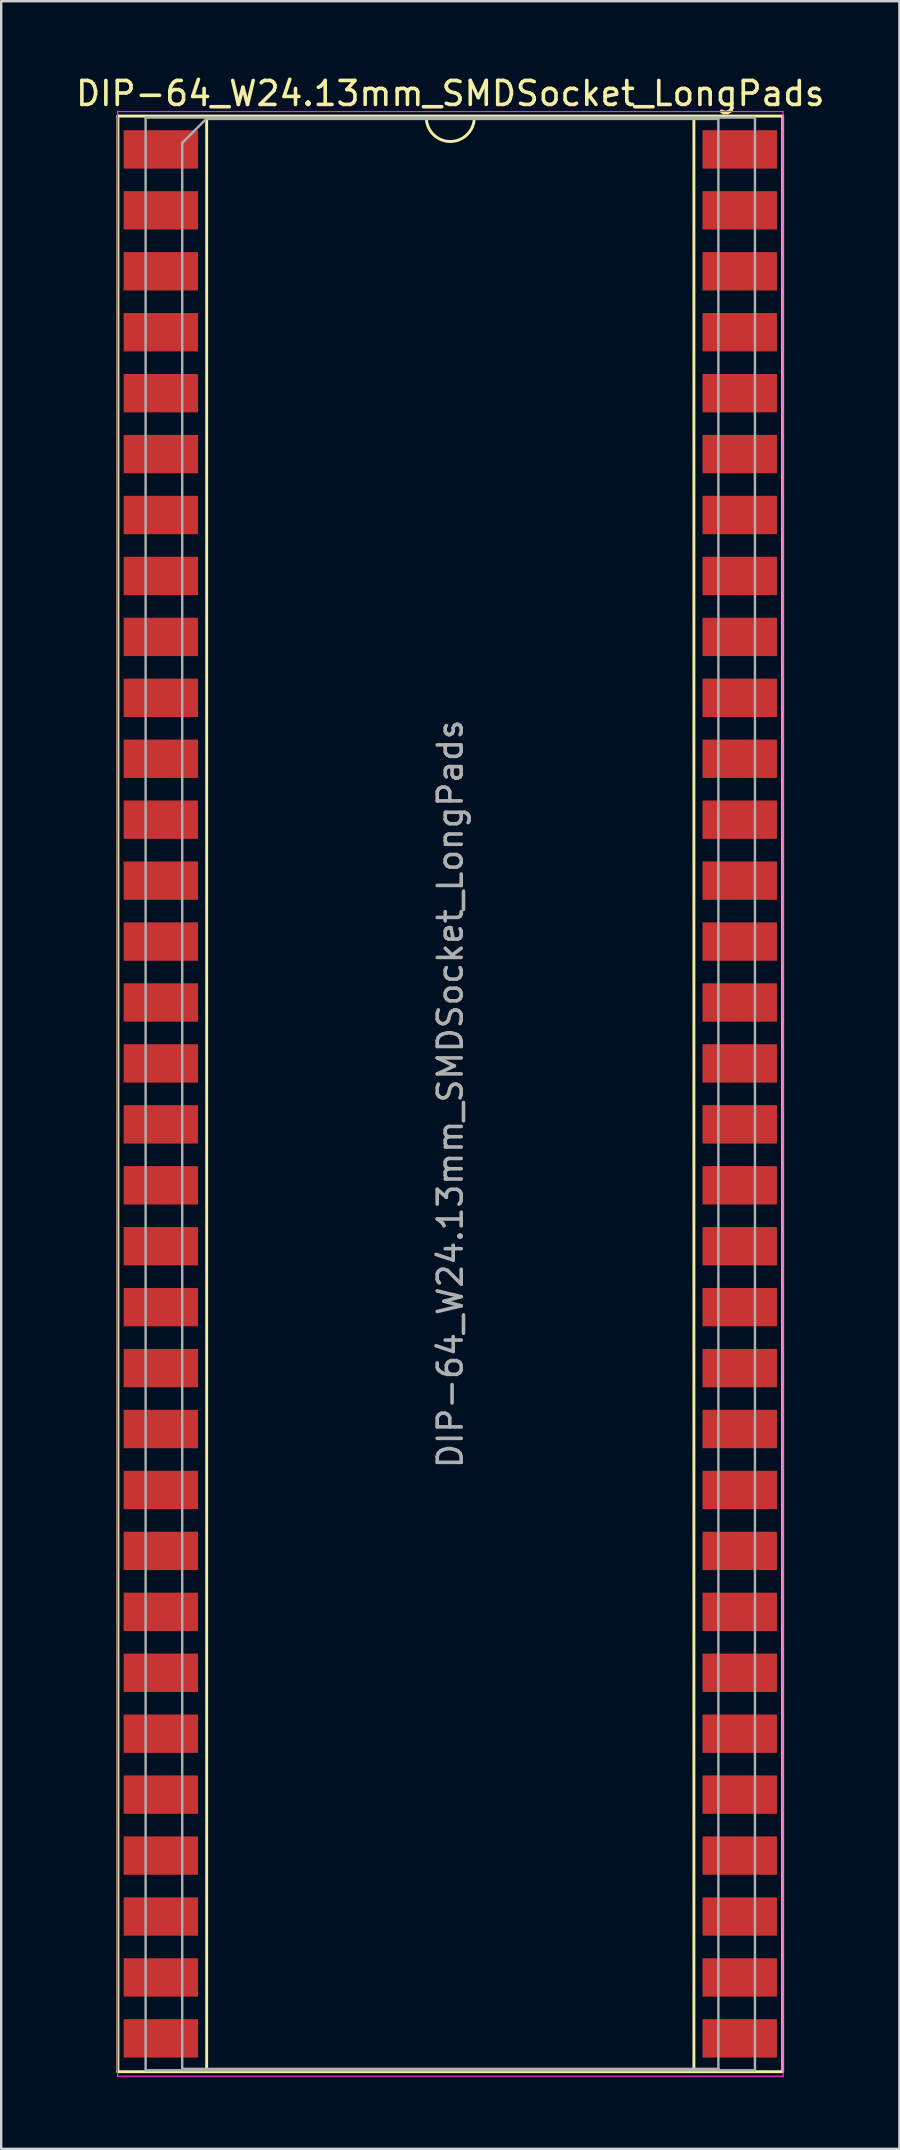
<source format=kicad_pcb>
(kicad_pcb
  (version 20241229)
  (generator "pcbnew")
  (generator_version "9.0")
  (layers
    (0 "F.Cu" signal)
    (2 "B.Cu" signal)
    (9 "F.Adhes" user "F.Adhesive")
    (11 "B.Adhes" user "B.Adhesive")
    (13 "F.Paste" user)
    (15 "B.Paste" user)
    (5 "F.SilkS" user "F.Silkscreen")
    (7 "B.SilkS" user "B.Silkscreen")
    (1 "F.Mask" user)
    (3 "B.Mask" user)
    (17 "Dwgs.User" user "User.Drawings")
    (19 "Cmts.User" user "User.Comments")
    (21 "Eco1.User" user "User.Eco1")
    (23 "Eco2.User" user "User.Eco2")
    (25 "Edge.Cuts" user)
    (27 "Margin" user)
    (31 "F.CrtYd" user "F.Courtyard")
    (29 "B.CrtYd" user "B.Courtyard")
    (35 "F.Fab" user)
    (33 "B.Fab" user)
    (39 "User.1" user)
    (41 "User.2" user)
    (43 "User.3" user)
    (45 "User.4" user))
  (footprint "DIP-64_W24.13mm_SMDSocket_LongPads"
    (layer "F.Cu")
    (at 15.72 42.548)
    (property "Reference" "DIP-64_W24.13mm_SMDSocket_LongPads" (at 0 -41.7 0) (layer "F.SilkS") (effects (font (size 1 1) (thickness 0.15))))
    (attr smd)
    (fp_line (start -13.855 -40.76) (end -13.855 40.76) (stroke (width 0.12) (type solid)) (layer "F.SilkS"))
    (fp_line (start -13.855 40.76) (end 13.855 40.76) (stroke (width 0.12) (type solid)) (layer "F.SilkS"))
    (fp_line (start -10.155 -40.7) (end -10.155 40.7) (stroke (width 0.12) (type solid)) (layer "F.SilkS"))
    (fp_line (start -10.155 40.7) (end 10.155 40.7) (stroke (width 0.12) (type solid)) (layer "F.SilkS"))
    (fp_line (start -1 -40.7) (end -10.155 -40.7) (stroke (width 0.12) (type solid)) (layer "F.SilkS"))
    (fp_line (start 10.155 -40.7) (end 1 -40.7) (stroke (width 0.12) (type solid)) (layer "F.SilkS"))
    (fp_line (start 10.155 40.7) (end 10.155 -40.7) (stroke (width 0.12) (type solid)) (layer "F.SilkS"))
    (fp_line (start 13.855 -40.76) (end -13.855 -40.76) (stroke (width 0.12) (type solid)) (layer "F.SilkS"))
    (fp_line (start 13.855 40.76) (end 13.855 -40.76) (stroke (width 0.12) (type solid)) (layer "F.SilkS"))
    (fp_arc (start 1 -40.7) (mid 0 -39.7) (end -1 -40.7) (stroke (width 0.12) (type solid)) (layer "F.SilkS"))
    (fp_line (start -13.87 -40.95) (end -13.87 40.95) (stroke (width 0.05) (type solid)) (layer "F.CrtYd"))
    (fp_line (start -13.87 40.95) (end 13.87 40.95) (stroke (width 0.05) (type solid)) (layer "F.CrtYd"))
    (fp_line (start 13.87 -40.95) (end -13.87 -40.95) (stroke (width 0.05) (type solid)) (layer "F.CrtYd"))
    (fp_line (start 13.87 40.95) (end 13.87 -40.95) (stroke (width 0.05) (type solid)) (layer "F.CrtYd"))
    (fp_line (start -12.7 -40.7) (end -12.7 40.7) (stroke (width 0.1) (type solid)) (layer "F.Fab"))
    (fp_line (start -12.7 40.7) (end 12.7 40.7) (stroke (width 0.1) (type solid)) (layer "F.Fab"))
    (fp_line (start -11.175 -39.64) (end -10.175 -40.64) (stroke (width 0.1) (type solid)) (layer "F.Fab"))
    (fp_line (start -11.175 40.64) (end -11.175 -39.64) (stroke (width 0.1) (type solid)) (layer "F.Fab"))
    (fp_line (start -10.175 -40.64) (end 11.175 -40.64) (stroke (width 0.1) (type solid)) (layer "F.Fab"))
    (fp_line (start 11.175 -40.64) (end 11.175 40.64) (stroke (width 0.1) (type solid)) (layer "F.Fab"))
    (fp_line (start 11.175 40.64) (end -11.175 40.64) (stroke (width 0.1) (type solid)) (layer "F.Fab"))
    (fp_line (start 12.7 -40.7) (end -12.7 -40.7) (stroke (width 0.1) (type solid)) (layer "F.Fab"))
    (fp_line (start 12.7 40.7) (end 12.7 -40.7) (stroke (width 0.1) (type solid)) (layer "F.Fab"))
    (fp_text user "${REFERENCE}" (at 0 0 90) (layer "F.Fab") (effects (font (size 1 1) (thickness 0.15))))
    (pad "1" smd rect (at -12.065 -39.37) (size 3.1 1.6) (layers "F.Cu" "F.Mask" "F.Paste"))
    (pad "2" smd rect (at -12.065 -36.83) (size 3.1 1.6) (layers "F.Cu" "F.Mask" "F.Paste"))
    (pad "3" smd rect (at -12.065 -34.29) (size 3.1 1.6) (layers "F.Cu" "F.Mask" "F.Paste"))
    (pad "4" smd rect (at -12.065 -31.75) (size 3.1 1.6) (layers "F.Cu" "F.Mask" "F.Paste"))
    (pad "5" smd rect (at -12.065 -29.21) (size 3.1 1.6) (layers "F.Cu" "F.Mask" "F.Paste"))
    (pad "6" smd rect (at -12.065 -26.67) (size 3.1 1.6) (layers "F.Cu" "F.Mask" "F.Paste"))
    (pad "7" smd rect (at -12.065 -24.13) (size 3.1 1.6) (layers "F.Cu" "F.Mask" "F.Paste"))
    (pad "8" smd rect (at -12.065 -21.59) (size 3.1 1.6) (layers "F.Cu" "F.Mask" "F.Paste"))
    (pad "9" smd rect (at -12.065 -19.05) (size 3.1 1.6) (layers "F.Cu" "F.Mask" "F.Paste"))
    (pad "10" smd rect (at -12.065 -16.51) (size 3.1 1.6) (layers "F.Cu" "F.Mask" "F.Paste"))
    (pad "11" smd rect (at -12.065 -13.97) (size 3.1 1.6) (layers "F.Cu" "F.Mask" "F.Paste"))
    (pad "12" smd rect (at -12.065 -11.43) (size 3.1 1.6) (layers "F.Cu" "F.Mask" "F.Paste"))
    (pad "13" smd rect (at -12.065 -8.89) (size 3.1 1.6) (layers "F.Cu" "F.Mask" "F.Paste"))
    (pad "14" smd rect (at -12.065 -6.35) (size 3.1 1.6) (layers "F.Cu" "F.Mask" "F.Paste"))
    (pad "15" smd rect (at -12.065 -3.81) (size 3.1 1.6) (layers "F.Cu" "F.Mask" "F.Paste"))
    (pad "16" smd rect (at -12.065 -1.27) (size 3.1 1.6) (layers "F.Cu" "F.Mask" "F.Paste"))
    (pad "17" smd rect (at -12.065 1.27) (size 3.1 1.6) (layers "F.Cu" "F.Mask" "F.Paste"))
    (pad "18" smd rect (at -12.065 3.81) (size 3.1 1.6) (layers "F.Cu" "F.Mask" "F.Paste"))
    (pad "19" smd rect (at -12.065 6.35) (size 3.1 1.6) (layers "F.Cu" "F.Mask" "F.Paste"))
    (pad "20" smd rect (at -12.065 8.89) (size 3.1 1.6) (layers "F.Cu" "F.Mask" "F.Paste"))
    (pad "21" smd rect (at -12.065 11.43) (size 3.1 1.6) (layers "F.Cu" "F.Mask" "F.Paste"))
    (pad "22" smd rect (at -12.065 13.97) (size 3.1 1.6) (layers "F.Cu" "F.Mask" "F.Paste"))
    (pad "23" smd rect (at -12.065 16.51) (size 3.1 1.6) (layers "F.Cu" "F.Mask" "F.Paste"))
    (pad "24" smd rect (at -12.065 19.05) (size 3.1 1.6) (layers "F.Cu" "F.Mask" "F.Paste"))
    (pad "25" smd rect (at -12.065 21.59) (size 3.1 1.6) (layers "F.Cu" "F.Mask" "F.Paste"))
    (pad "26" smd rect (at -12.065 24.13) (size 3.1 1.6) (layers "F.Cu" "F.Mask" "F.Paste"))
    (pad "27" smd rect (at -12.065 26.67) (size 3.1 1.6) (layers "F.Cu" "F.Mask" "F.Paste"))
    (pad "28" smd rect (at -12.065 29.21) (size 3.1 1.6) (layers "F.Cu" "F.Mask" "F.Paste"))
    (pad "29" smd rect (at -12.065 31.75) (size 3.1 1.6) (layers "F.Cu" "F.Mask" "F.Paste"))
    (pad "30" smd rect (at -12.065 34.29) (size 3.1 1.6) (layers "F.Cu" "F.Mask" "F.Paste"))
    (pad "31" smd rect (at -12.065 36.83) (size 3.1 1.6) (layers "F.Cu" "F.Mask" "F.Paste"))
    (pad "32" smd rect (at -12.065 39.37) (size 3.1 1.6) (layers "F.Cu" "F.Mask" "F.Paste"))
    (pad "33" smd rect (at 12.065 39.37) (size 3.1 1.6) (layers "F.Cu" "F.Mask" "F.Paste"))
    (pad "34" smd rect (at 12.065 36.83) (size 3.1 1.6) (layers "F.Cu" "F.Mask" "F.Paste"))
    (pad "35" smd rect (at 12.065 34.29) (size 3.1 1.6) (layers "F.Cu" "F.Mask" "F.Paste"))
    (pad "36" smd rect (at 12.065 31.75) (size 3.1 1.6) (layers "F.Cu" "F.Mask" "F.Paste"))
    (pad "37" smd rect (at 12.065 29.21) (size 3.1 1.6) (layers "F.Cu" "F.Mask" "F.Paste"))
    (pad "38" smd rect (at 12.065 26.67) (size 3.1 1.6) (layers "F.Cu" "F.Mask" "F.Paste"))
    (pad "39" smd rect (at 12.065 24.13) (size 3.1 1.6) (layers "F.Cu" "F.Mask" "F.Paste"))
    (pad "40" smd rect (at 12.065 21.59) (size 3.1 1.6) (layers "F.Cu" "F.Mask" "F.Paste"))
    (pad "41" smd rect (at 12.065 19.05) (size 3.1 1.6) (layers "F.Cu" "F.Mask" "F.Paste"))
    (pad "42" smd rect (at 12.065 16.51) (size 3.1 1.6) (layers "F.Cu" "F.Mask" "F.Paste"))
    (pad "43" smd rect (at 12.065 13.97) (size 3.1 1.6) (layers "F.Cu" "F.Mask" "F.Paste"))
    (pad "44" smd rect (at 12.065 11.43) (size 3.1 1.6) (layers "F.Cu" "F.Mask" "F.Paste"))
    (pad "45" smd rect (at 12.065 8.89) (size 3.1 1.6) (layers "F.Cu" "F.Mask" "F.Paste"))
    (pad "46" smd rect (at 12.065 6.35) (size 3.1 1.6) (layers "F.Cu" "F.Mask" "F.Paste"))
    (pad "47" smd rect (at 12.065 3.81) (size 3.1 1.6) (layers "F.Cu" "F.Mask" "F.Paste"))
    (pad "48" smd rect (at 12.065 1.27) (size 3.1 1.6) (layers "F.Cu" "F.Mask" "F.Paste"))
    (pad "49" smd rect (at 12.065 -1.27) (size 3.1 1.6) (layers "F.Cu" "F.Mask" "F.Paste"))
    (pad "50" smd rect (at 12.065 -3.81) (size 3.1 1.6) (layers "F.Cu" "F.Mask" "F.Paste"))
    (pad "51" smd rect (at 12.065 -6.35) (size 3.1 1.6) (layers "F.Cu" "F.Mask" "F.Paste"))
    (pad "52" smd rect (at 12.065 -8.89) (size 3.1 1.6) (layers "F.Cu" "F.Mask" "F.Paste"))
    (pad "53" smd rect (at 12.065 -11.43) (size 3.1 1.6) (layers "F.Cu" "F.Mask" "F.Paste"))
    (pad "54" smd rect (at 12.065 -13.97) (size 3.1 1.6) (layers "F.Cu" "F.Mask" "F.Paste"))
    (pad "55" smd rect (at 12.065 -16.51) (size 3.1 1.6) (layers "F.Cu" "F.Mask" "F.Paste"))
    (pad "56" smd rect (at 12.065 -19.05) (size 3.1 1.6) (layers "F.Cu" "F.Mask" "F.Paste"))
    (pad "57" smd rect (at 12.065 -21.59) (size 3.1 1.6) (layers "F.Cu" "F.Mask" "F.Paste"))
    (pad "58" smd rect (at 12.065 -24.13) (size 3.1 1.6) (layers "F.Cu" "F.Mask" "F.Paste"))
    (pad "59" smd rect (at 12.065 -26.67) (size 3.1 1.6) (layers "F.Cu" "F.Mask" "F.Paste"))
    (pad "60" smd rect (at 12.065 -29.21) (size 3.1 1.6) (layers "F.Cu" "F.Mask" "F.Paste"))
    (pad "61" smd rect (at 12.065 -31.75) (size 3.1 1.6) (layers "F.Cu" "F.Mask" "F.Paste"))
    (pad "62" smd rect (at 12.065 -34.29) (size 3.1 1.6) (layers "F.Cu" "F.Mask" "F.Paste"))
    (pad "63" smd rect (at 12.065 -36.83) (size 3.1 1.6) (layers "F.Cu" "F.Mask" "F.Paste"))
    (pad "64" smd rect (at 12.065 -39.37) (size 3.1 1.6) (layers "F.Cu" "F.Mask" "F.Paste")))
  (gr_rect
    (start -3 -3)
    (end 34.44 86.523)
    (stroke (width 0.1) (type default))
    (fill no)
    (layer "Edge.Cuts")))
</source>
